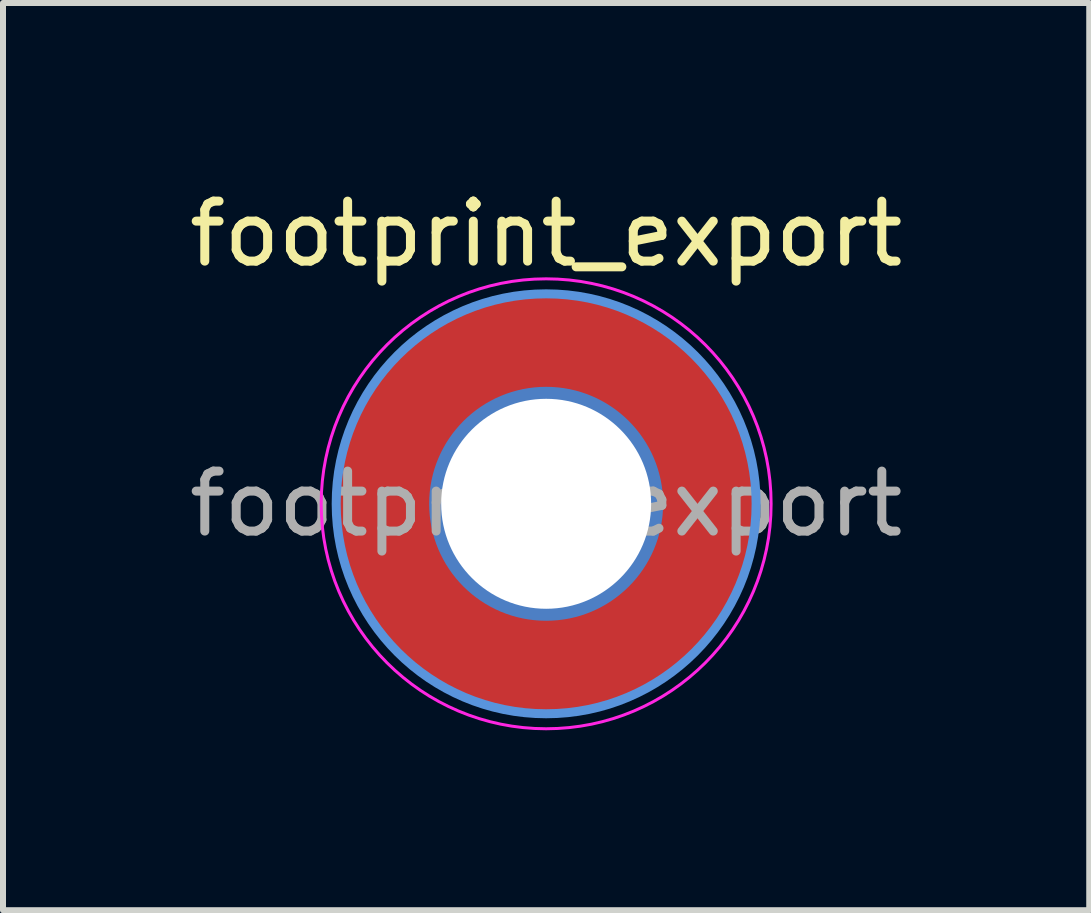
<source format=kicad_pcb>
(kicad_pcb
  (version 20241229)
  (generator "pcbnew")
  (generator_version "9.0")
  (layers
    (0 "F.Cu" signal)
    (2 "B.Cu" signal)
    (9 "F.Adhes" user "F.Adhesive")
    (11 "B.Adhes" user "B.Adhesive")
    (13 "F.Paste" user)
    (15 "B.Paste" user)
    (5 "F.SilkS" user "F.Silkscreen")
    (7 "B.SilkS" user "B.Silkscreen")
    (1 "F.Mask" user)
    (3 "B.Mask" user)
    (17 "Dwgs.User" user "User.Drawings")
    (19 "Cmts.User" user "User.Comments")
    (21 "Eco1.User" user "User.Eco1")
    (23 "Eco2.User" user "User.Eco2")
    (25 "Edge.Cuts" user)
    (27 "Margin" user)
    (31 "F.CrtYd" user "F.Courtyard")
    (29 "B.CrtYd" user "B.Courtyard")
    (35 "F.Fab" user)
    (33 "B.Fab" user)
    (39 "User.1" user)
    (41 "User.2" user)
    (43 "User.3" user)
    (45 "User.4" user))
  (footprint "footprint_export"
    (layer "F.Cu")
    (at 6.054 5.348)
    (property "Reference" "footprint_export" (at 0 -4.5 0) (layer "F.SilkS") (effects (font (size 1 1) (thickness 0.15))))
    (attr exclude_from_pos_files exclude_from_bom)
    (fp_circle (center 0 0) (end 3.5 0) (stroke (width 0.15) (type solid)) (fill no) (layer "Cmts.User"))
    (fp_circle (center 0 0) (end 3.75 0) (stroke (width 0.05) (type solid)) (fill no) (layer "F.CrtYd"))
    (fp_text user "${REFERENCE}" (at 0 0 0) (layer "F.Fab") (effects (font (size 1 1) (thickness 0.15))))
    (pad "1" thru_hole circle (at 0 0) (size 3.9 3.9) (drill 3.5) (layers "*.Cu" "*.Mask"))
    (pad "1" connect circle (at 0 0) (size 7 7) (layers "F.Cu" "F.Mask")))
  (gr_rect
    (start -3 -3)
    (end 15.107 12.123)
    (stroke (width 0.1) (type default))
    (fill no)
    (layer "Edge.Cuts")))
</source>
